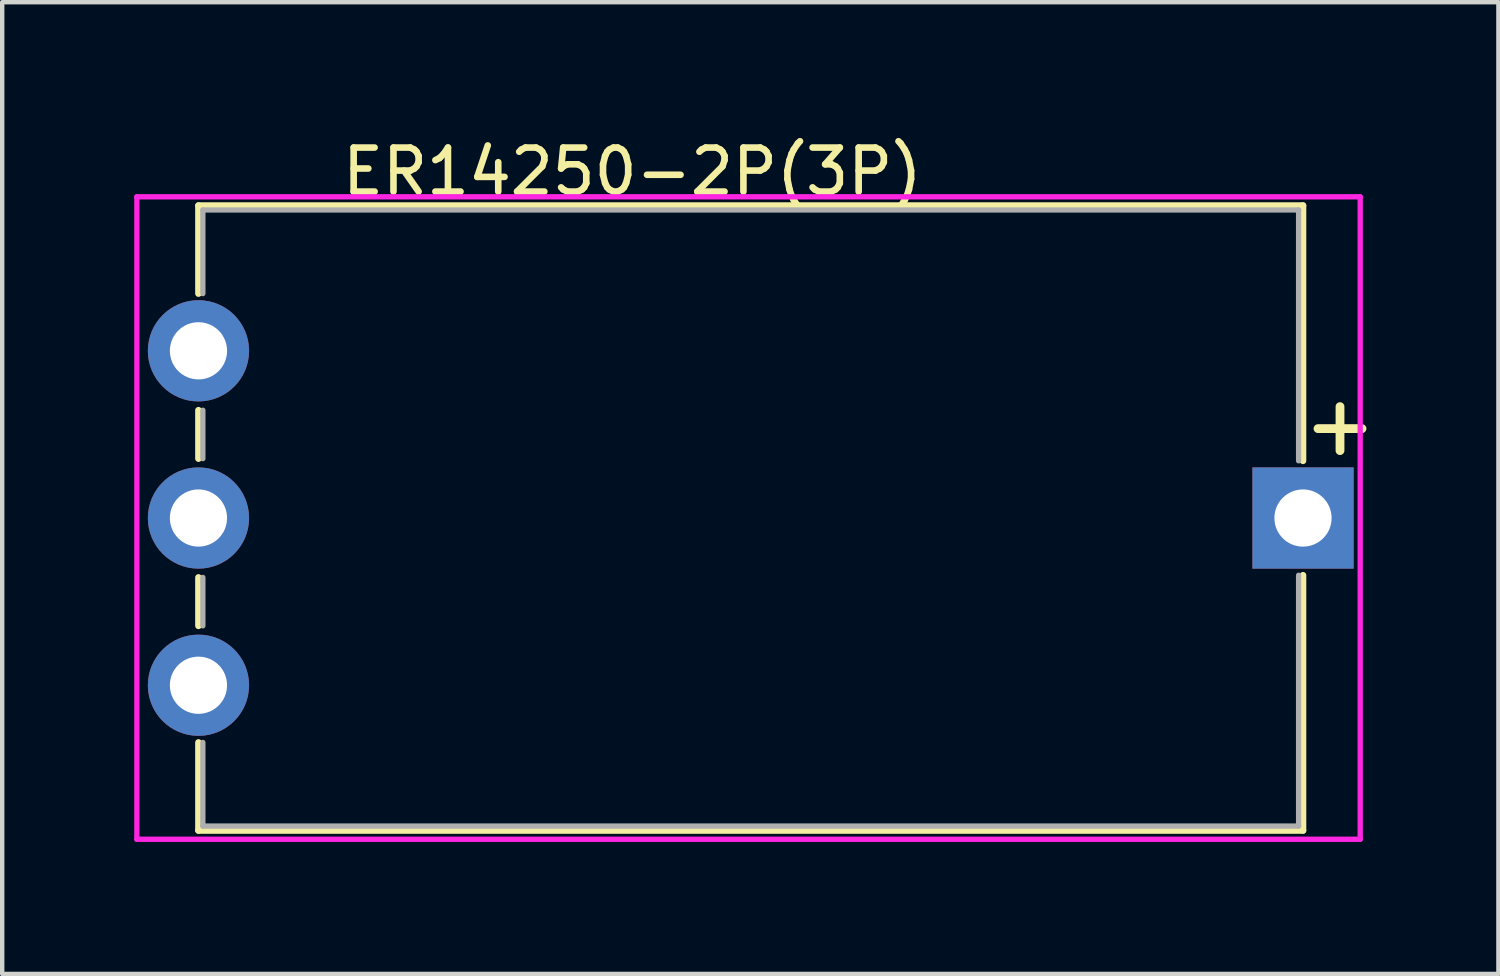
<source format=kicad_pcb>
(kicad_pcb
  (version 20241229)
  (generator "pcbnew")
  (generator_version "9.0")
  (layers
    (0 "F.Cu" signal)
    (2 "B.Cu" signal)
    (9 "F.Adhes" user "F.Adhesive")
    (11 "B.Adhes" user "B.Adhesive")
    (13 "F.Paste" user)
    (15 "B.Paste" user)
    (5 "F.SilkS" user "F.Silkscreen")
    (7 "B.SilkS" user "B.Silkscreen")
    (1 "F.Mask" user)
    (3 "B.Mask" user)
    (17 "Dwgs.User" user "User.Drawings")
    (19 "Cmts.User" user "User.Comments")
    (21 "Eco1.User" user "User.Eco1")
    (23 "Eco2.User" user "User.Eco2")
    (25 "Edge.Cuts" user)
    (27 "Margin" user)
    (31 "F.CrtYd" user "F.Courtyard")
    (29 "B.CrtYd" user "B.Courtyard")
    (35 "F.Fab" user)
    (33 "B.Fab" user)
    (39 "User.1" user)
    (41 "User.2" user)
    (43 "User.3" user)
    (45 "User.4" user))
  (footprint "ER14250-2P(3P)"
    (layer "F.Cu")
    (at 26.56 8.722)
    (property "Reference" "ER14250-2P(3P)" (at -15.24 -7.874 0) (layer "F.SilkS") (effects (font (size 1 1) (thickness 0.15))))
    (attr through_hole)
    (fp_line (start -25.1 -7.1) (end -25.1 -5.1) (stroke (width 0.15) (type solid)) (layer "F.SilkS"))
    (fp_line (start -25.1 -7.1) (end 0 -7.1) (stroke (width 0.15) (type solid)) (layer "F.SilkS"))
    (fp_line (start -25.1 -1.35) (end -25.1 -2.45) (stroke (width 0.15) (type solid)) (layer "F.SilkS"))
    (fp_line (start -25.1 2.45) (end -25.1 1.35) (stroke (width 0.15) (type solid)) (layer "F.SilkS"))
    (fp_line (start -25.1 7.1) (end -25.1 5.1) (stroke (width 0.15) (type solid)) (layer "F.SilkS"))
    (fp_line (start 0 -7.1) (end 0 -1.3) (stroke (width 0.15) (type solid)) (layer "F.SilkS"))
    (fp_line (start 0 1.3) (end 0 7.1) (stroke (width 0.15) (type solid)) (layer "F.SilkS"))
    (fp_line (start 0 7.1) (end -25.1 7.1) (stroke (width 0.15) (type solid)) (layer "F.SilkS"))
    (fp_line (start 0.341 -2.032) (end 1.341 -2.032) (stroke (width 0.2) (type solid)) (layer "F.SilkS"))
    (fp_line (start 0.841 -2.532) (end 0.841 -1.532) (stroke (width 0.2) (type solid)) (layer "F.SilkS"))
    (fp_line (start -26.5 -7.3) (end 1.3 -7.3) (stroke (width 0.12) (type solid)) (layer "F.CrtYd"))
    (fp_line (start -26.5 7.3) (end -26.5 -7.3) (stroke (width 0.12) (type solid)) (layer "F.CrtYd"))
    (fp_line (start 1.3 -7.3) (end 1.3 7.3) (stroke (width 0.12) (type solid)) (layer "F.CrtYd"))
    (fp_line (start 1.3 7.3) (end -26.5 7.3) (stroke (width 0.12) (type solid)) (layer "F.CrtYd"))
    (fp_line (start -25 -7) (end -0.1 -7) (stroke (width 0.12) (type solid)) (layer "F.Fab"))
    (fp_line (start -25 -5.1) (end -25 -7) (stroke (width 0.12) (type solid)) (layer "F.Fab"))
    (fp_line (start -25 -1.35) (end -25 -2.45) (stroke (width 0.12) (type solid)) (layer "F.Fab"))
    (fp_line (start -25 2.45) (end -25 1.35) (stroke (width 0.12) (type solid)) (layer "F.Fab"))
    (fp_line (start -25 7) (end -25 5.1) (stroke (width 0.12) (type solid)) (layer "F.Fab"))
    (fp_line (start -0.1 -7) (end -0.1 -1.3) (stroke (width 0.12) (type solid)) (layer "F.Fab"))
    (fp_line (start -0.1 1.3) (end -0.1 7) (stroke (width 0.12) (type solid)) (layer "F.Fab"))
    (fp_line (start -0.1 7) (end -25 7) (stroke (width 0.12) (type solid)) (layer "F.Fab"))
    (pad "1" thru_hole rect (at 0 0) (size 2.3 2.3) (drill 1.3) (layers "*.Cu" "*.Mask"))
    (pad "2" thru_hole circle (at -25.1 -3.8) (size 2.3 2.3) (drill 1.3) (layers "*.Cu" "*.Mask"))
    (pad "2" thru_hole circle (at -25.1 0) (size 2.3 2.3) (drill 1.3) (layers "*.Cu" "*.Mask"))
    (pad "2" thru_hole circle (at -25.1 3.8) (size 2.3 2.3) (drill 1.3) (layers "*.Cu" "*.Mask")))
  (gr_rect
    (start -3 -3)
    (end 31.001 19.082)
    (stroke (width 0.1) (type default))
    (fill no)
    (layer "Edge.Cuts")))
</source>
